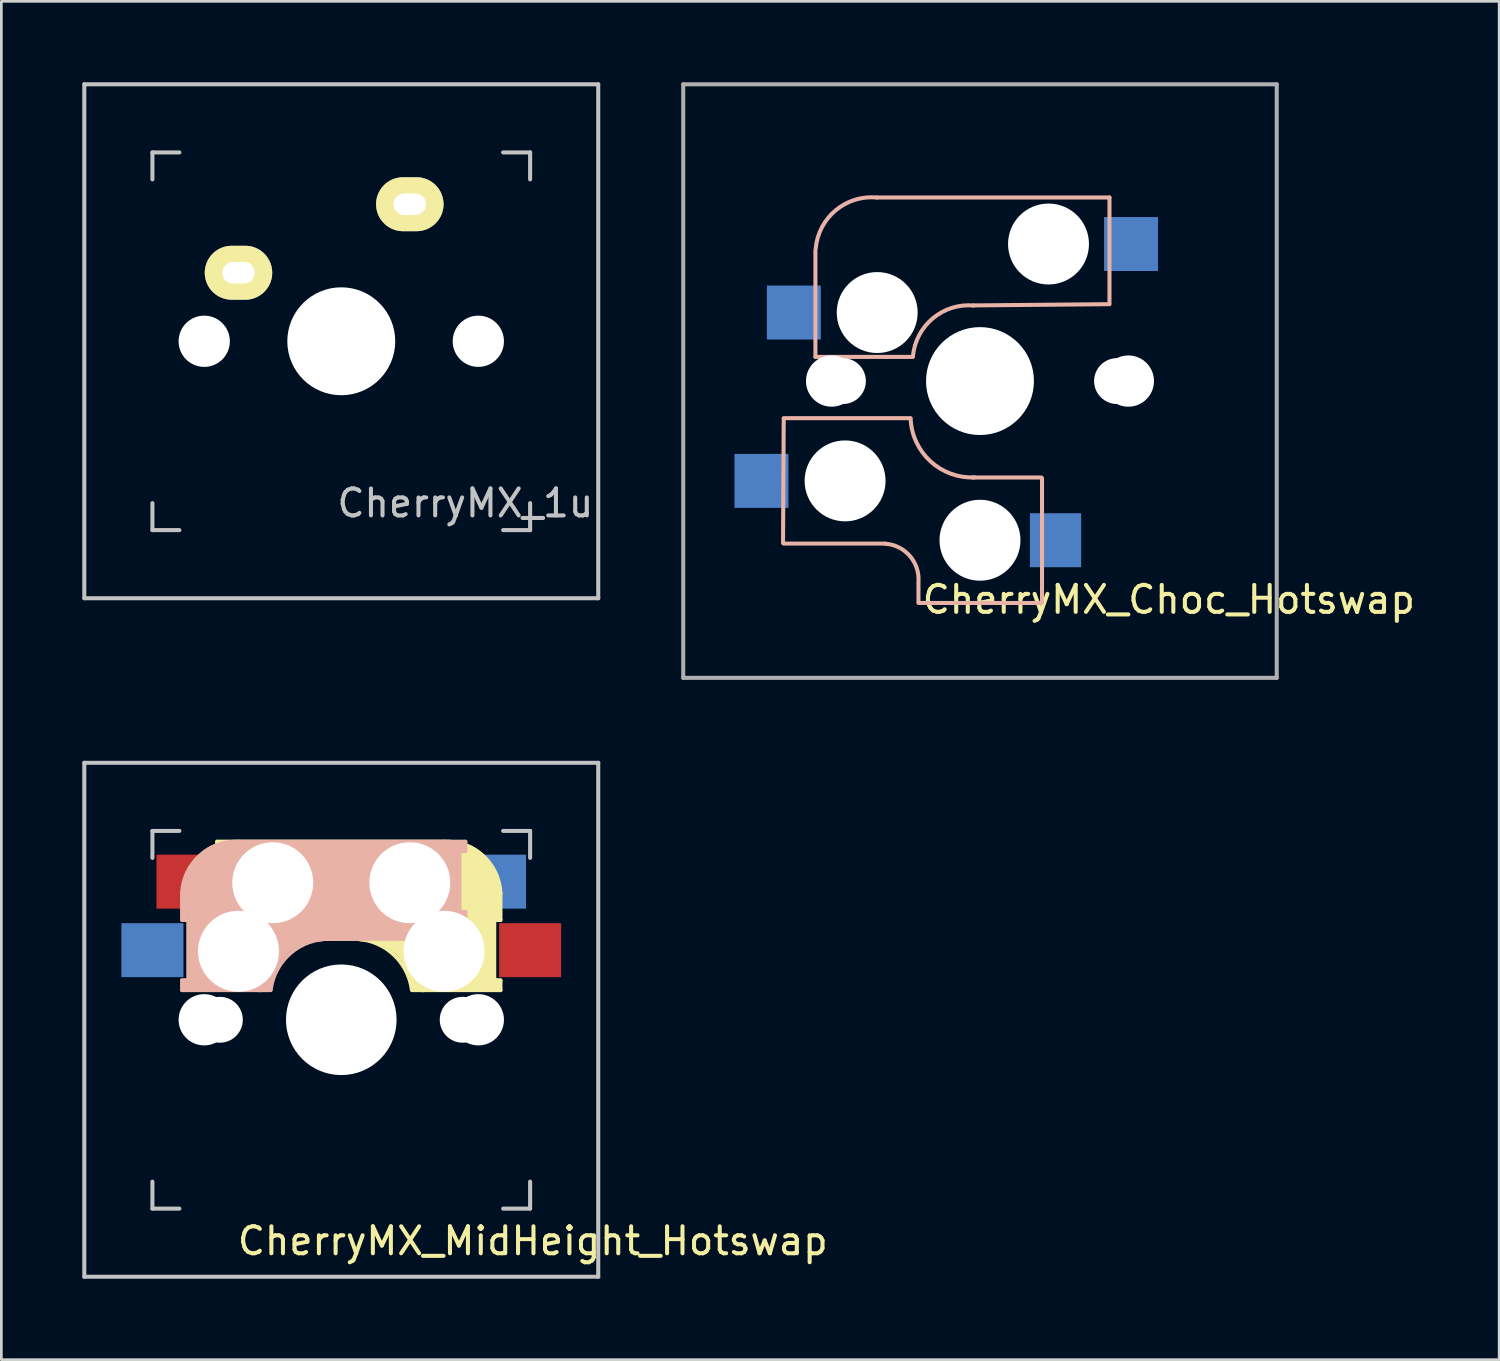
<source format=kicad_pcb>
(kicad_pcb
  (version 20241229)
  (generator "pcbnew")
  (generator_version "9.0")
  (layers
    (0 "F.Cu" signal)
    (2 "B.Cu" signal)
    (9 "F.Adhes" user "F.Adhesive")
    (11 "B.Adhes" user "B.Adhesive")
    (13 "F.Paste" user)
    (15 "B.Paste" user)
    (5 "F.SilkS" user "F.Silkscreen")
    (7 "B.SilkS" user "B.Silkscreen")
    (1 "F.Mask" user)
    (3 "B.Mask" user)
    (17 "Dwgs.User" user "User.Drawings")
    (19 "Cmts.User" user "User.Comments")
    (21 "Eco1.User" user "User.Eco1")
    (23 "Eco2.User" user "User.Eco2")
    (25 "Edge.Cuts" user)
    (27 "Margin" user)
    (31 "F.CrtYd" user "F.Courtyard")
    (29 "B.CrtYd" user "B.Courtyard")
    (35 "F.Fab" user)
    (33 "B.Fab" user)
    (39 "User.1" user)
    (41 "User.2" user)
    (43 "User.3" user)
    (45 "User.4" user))
  (footprint "CherryMX_1u"
    (layer "F.Cu")
    (at 9.6 9.6)
    (property "Reference" "CherryMX_1u" (at 4.6 6 180) (layer "Dwgs.User") (effects (font (size 1 1) (thickness 0.15))))
    (attr through_hole)
    (fp_line (start -9.525 -9.525) (end 9.525 -9.525) (stroke (width 0.15) (type solid)) (layer "Dwgs.User"))
    (fp_line (start -9.525 9.525) (end -9.525 -9.525) (stroke (width 0.15) (type solid)) (layer "Dwgs.User"))
    (fp_line (start -7 -7) (end -6 -7) (stroke (width 0.15) (type solid)) (layer "Dwgs.User"))
    (fp_line (start -7 -6) (end -7 -7) (stroke (width 0.15) (type solid)) (layer "Dwgs.User"))
    (fp_line (start -7 6) (end -7 7) (stroke (width 0.15) (type solid)) (layer "Dwgs.User"))
    (fp_line (start -6 7) (end -7 7) (stroke (width 0.15) (type solid)) (layer "Dwgs.User"))
    (fp_line (start 6 7) (end 7 7) (stroke (width 0.15) (type solid)) (layer "Dwgs.User"))
    (fp_line (start 7 -7) (end 6 -7) (stroke (width 0.15) (type solid)) (layer "Dwgs.User"))
    (fp_line (start 7 -6) (end 7 -7) (stroke (width 0.15) (type solid)) (layer "Dwgs.User"))
    (fp_line (start 7 7) (end 7 6) (stroke (width 0.15) (type solid)) (layer "Dwgs.User"))
    (fp_line (start 9.525 -9.525) (end 9.525 9.525) (stroke (width 0.15) (type solid)) (layer "Dwgs.User"))
    (fp_line (start 9.525 9.525) (end -9.525 9.525) (stroke (width 0.15) (type solid)) (layer "Dwgs.User"))
    (pad "" np_thru_hole circle (at -5.08 0 90) (size 1.9 1.9) (drill 1.9) (layers "*.Cu" "*.Mask"))
    (pad "" np_thru_hole circle (at 0 0 90) (size 4 4) (drill 4) (layers "*.Cu" "*.Mask"))
    (pad "" np_thru_hole circle (at 5.08 0 90) (size 1.9 1.9) (drill 1.9) (layers "*.Cu" "*.Mask"))
    (pad "1" thru_hole oval (at -3.81 -2.54) (size 2.5 2) (drill oval 1.2 0.8) (layers "*.Cu" "B.Mask" "F.SilkS"))
    (pad "2" thru_hole oval (at 2.54 -5.08) (size 2.5 2) (drill oval 1.2 0.8) (layers "*.Cu" "B.Mask" "F.SilkS")))
  (footprint "CherryMX_Choc_Hotswap"
    (layer "F.Cu")
    (at 33.275 11.075)
    (property "Reference" "CherryMX_Choc_Hotswap" (at 7 8.1 0) (layer "F.SilkS") (effects (font (size 1 1) (thickness 0.15))))
    (attr through_hole)
    (fp_line (start -7.275 1.4) (end -7.3 6) (stroke (width 0.15) (type solid)) (layer "B.SilkS"))
    (fp_line (start -6.1 -4.85) (end -6.1 -0.905) (stroke (width 0.15) (type solid)) (layer "B.SilkS"))
    (fp_line (start -6.1 -0.896) (end -2.49 -0.896) (stroke (width 0.15) (type solid)) (layer "B.SilkS"))
    (fp_line (start -3.5 6.025) (end -7.275 6.025) (stroke (width 0.15) (type solid)) (layer "B.SilkS"))
    (fp_line (start -2.575 1.375) (end -7.275 1.375) (stroke (width 0.15) (type solid)) (layer "B.SilkS"))
    (fp_line (start -2.28 7.5) (end -2.28 8.2) (stroke (width 0.15) (type solid)) (layer "B.SilkS"))
    (fp_line (start 2.275 3.575) (end -0.275 3.575) (stroke (width 0.15) (type solid)) (layer "B.SilkS"))
    (fp_line (start 2.275 8.225) (end -2.275 8.225) (stroke (width 0.15) (type solid)) (layer "B.SilkS"))
    (fp_line (start 2.3 3.6) (end 2.3 8.2) (stroke (width 0.15) (type solid)) (layer "B.SilkS"))
    (fp_line (start 4.8 -6.804) (end -3.825 -6.804) (stroke (width 0.15) (type solid)) (layer "B.SilkS"))
    (fp_line (start 4.8 -2.896) (end 4.8 -6.804) (stroke (width 0.15) (type solid)) (layer "B.SilkS"))
    (fp_line (start 4.8 -2.85) (end -0.25 -2.804) (stroke (width 0.15) (type solid)) (layer "B.SilkS"))
    (fp_arc (start -6.089 -4.92) (mid -5.347189 -6.33089) (end -3.825 -6.804) (stroke (width 0.15) (type solid)) (layer "B.SilkS"))
    (fp_arc (start -3.5 6.03) (mid -2.595908 6.48733) (end -2.28 7.45) (stroke (width 0.15) (type solid)) (layer "B.SilkS"))
    (fp_arc (start -2.485 -0.92) (mid -1.744361 -2.328061) (end -0.225 -2.8) (stroke (width 0.15) (type solid)) (layer "B.SilkS"))
    (fp_arc (start -0.2 3.57) (mid -1.834422 2.975843) (end -2.57 1.4) (stroke (width 0.15) (type solid)) (layer "B.SilkS"))
    (fp_line (start -9 -9) (end 9 -9) (stroke (width 0.15) (type solid)) (layer "Eco2.User"))
    (fp_line (start -9 9) (end -9 -9) (stroke (width 0.15) (type solid)) (layer "Eco2.User"))
    (fp_line (start -7 -7) (end 7 -7) (stroke (width 0.15) (type solid)) (layer "Eco2.User"))
    (fp_line (start -7 7) (end -7 -7) (stroke (width 0.15) (type solid)) (layer "Eco2.User"))
    (fp_line (start 7 -7) (end 7 7) (stroke (width 0.15) (type solid)) (layer "Eco2.User"))
    (fp_line (start 7 7) (end -7 7) (stroke (width 0.15) (type solid)) (layer "Eco2.User"))
    (fp_line (start 9 -9) (end 9 9) (stroke (width 0.15) (type solid)) (layer "Eco2.User"))
    (fp_line (start 9 9) (end -9 9) (stroke (width 0.15) (type solid)) (layer "Eco2.User"))
    (fp_line (start -11 -11) (end -11 11) (stroke (width 0.15) (type solid)) (layer "F.Fab"))
    (fp_line (start -11 11) (end 11 11) (stroke (width 0.15) (type solid)) (layer "F.Fab"))
    (fp_line (start 11 -11) (end -11 -11) (stroke (width 0.15) (type solid)) (layer "F.Fab"))
    (fp_line (start 11 11) (end 11 -11) (stroke (width 0.15) (type solid)) (layer "F.Fab"))
    (pad "" np_thru_hole circle (at -5.5 0 90) (size 1.9 1.9) (drill 1.9) (layers "*.Cu" "*.Mask"))
    (pad "" np_thru_hole circle (at -5.08 0) (size 1.7 1.7) (drill 1.7) (layers "*.Cu" "*.Mask"))
    (pad "" np_thru_hole circle (at -5 3.7 90) (size 3 3) (drill 3) (layers "*.Cu" "*.Mask"))
    (pad "" np_thru_hole circle (at -3.81 -2.54 180) (size 3 3) (drill 3) (layers "*.Cu" "*.Mask"))
    (pad "" np_thru_hole circle (at 0 0 90) (size 4 4) (drill 4) (layers "*.Cu" "*.Mask"))
    (pad "" np_thru_hole circle (at 0 5.9 90) (size 3 3) (drill 3) (layers "*.Cu" "*.Mask"))
    (pad "" np_thru_hole circle (at 2.54 -5.08 180) (size 3 3) (drill 3) (layers "*.Cu" "*.Mask"))
    (pad "" np_thru_hole circle (at 5.08 0) (size 1.7 1.7) (drill 1.7) (layers "*.Cu" "*.Mask"))
    (pad "" np_thru_hole circle (at 5.5 0 90) (size 1.9 1.9) (drill 1.9) (layers "*.Cu" "*.Mask"))
    (pad "1" smd rect (at -8.1 3.7 180) (size 2 2) (layers "B.Cu" "B.Mask" "B.Paste"))
    (pad "1" smd rect (at -6.9 -2.54 180) (size 2 2) (layers "B.Cu" "B.Mask" "B.Paste"))
    (pad "2" smd rect (at 2.8 5.9 180) (size 1.9 2) (layers "B.Cu" "B.Mask" "B.Paste"))
    (pad "2" smd rect (at 5.6 -5.08 180) (size 2 2) (layers "B.Cu" "B.Mask" "B.Paste")))
  (footprint "CherryMX_MidHeight_Hotswap"
    (layer "F.Cu")
    (at 9.6 34.75)
    (property "Reference" "CherryMX_MidHeight_Hotswap" (at 7.1 8.2 0) (layer "F.SilkS") (effects (font (size 1 1) (thickness 0.15))))
    (attr through_hole)
    (fp_line (start -4.6 -6.6) (end 3.8 -6.6) (stroke (width 0.15) (type solid)) (layer "F.SilkS"))
    (fp_line (start -4.6 -6.25) (end -4.6 -6.6) (stroke (width 0.15) (type solid)) (layer "F.SilkS"))
    (fp_line (start -4.6 -4) (end -4.4 -4) (stroke (width 0.15) (type solid)) (layer "F.SilkS"))
    (fp_line (start -4.6 -3) (end -4.6 -4) (stroke (width 0.15) (type solid)) (layer "F.SilkS"))
    (fp_line (start -4.4 -6.4) (end -3 -6.4) (stroke (width 0.4) (type solid)) (layer "F.SilkS"))
    (fp_line (start -4.4 -6.25) (end -4.6 -6.25) (stroke (width 0.15) (type solid)) (layer "F.SilkS"))
    (fp_line (start -4.4 -3.9) (end -4.4 -3.2) (stroke (width 0.4) (type solid)) (layer "F.SilkS"))
    (fp_line (start -4.38 -4) (end -4.38 -6.25) (stroke (width 0.15) (type solid)) (layer "F.SilkS"))
    (fp_line (start -4.3 -3.3) (end -2.9 -3.3) (stroke (width 0.5) (type solid)) (layer "F.SilkS"))
    (fp_line (start -3.9 -6) (end -3.9 -3.5) (stroke (width 1) (type solid)) (layer "F.SilkS"))
    (fp_line (start -2.6 -4.8) (end 4.1 -4.8) (stroke (width 3.5) (type solid)) (layer "F.SilkS"))
    (fp_line (start 0.4 -3) (end -4.6 -3) (stroke (width 0.15) (type solid)) (layer "F.SilkS"))
    (fp_line (start 4.17 -5.1) (end 4.17 -2.86) (stroke (width 3) (type solid)) (layer "F.SilkS"))
    (fp_line (start 5.3 -1.6) (end 5.3 -3.4) (stroke (width 0.8) (type solid)) (layer "F.SilkS"))
    (fp_line (start 5.67 -3.7) (end 5.67 -1.46) (stroke (width 0.15) (type solid)) (layer "F.SilkS"))
    (fp_line (start 5.7 -1.46) (end 5.9 -1.46) (stroke (width 0.15) (type solid)) (layer "F.SilkS"))
    (fp_line (start 5.7 -1.3) (end 3 -1.3) (stroke (width 0.5) (type solid)) (layer "F.SilkS"))
    (fp_line (start 5.8 -3.8) (end 5.8 -4.7) (stroke (width 0.3) (type solid)) (layer "F.SilkS"))
    (fp_line (start 5.9 -4.7) (end 5.9 -3.7) (stroke (width 0.15) (type solid)) (layer "F.SilkS"))
    (fp_line (start 5.9 -3.7) (end 5.7 -3.7) (stroke (width 0.15) (type solid)) (layer "F.SilkS"))
    (fp_line (start 5.9 -1.1) (end 2.62 -1.1) (stroke (width 0.15) (type solid)) (layer "F.SilkS"))
    (fp_line (start 5.9 -1.1) (end 5.9 -1.46) (stroke (width 0.15) (type solid)) (layer "F.SilkS"))
    (fp_arc (start 0.4 -3) (mid 1.868709 -2.486118) (end 2.616318 -1.121471) (stroke (width 0.15) (type solid)) (layer "F.SilkS"))
    (fp_arc (start 0.8 -3.4) (mid 2.268709 -2.886118) (end 3.016318 -1.521471) (stroke (width 1) (type solid)) (layer "F.SilkS"))
    (fp_arc (start 3.8 -6.600001) (mid 5.243504 -6.084925) (end 5.900001 -4.7) (stroke (width 0.15) (type solid)) (layer "F.SilkS"))
    (fp_line (start -5.9 -4.7) (end -5.9 -3.7) (stroke (width 0.15) (type solid)) (layer "B.SilkS"))
    (fp_line (start -5.9 -3.7) (end -5.7 -3.7) (stroke (width 0.15) (type solid)) (layer "B.SilkS"))
    (fp_line (start -5.9 -1.1) (end -5.9 -1.46) (stroke (width 0.15) (type solid)) (layer "B.SilkS"))
    (fp_line (start -5.9 -1.1) (end -2.62 -1.1) (stroke (width 0.15) (type solid)) (layer "B.SilkS"))
    (fp_line (start -5.8 -3.8) (end -5.8 -4.7) (stroke (width 0.3) (type solid)) (layer "B.SilkS"))
    (fp_line (start -5.7 -1.46) (end -5.9 -1.46) (stroke (width 0.15) (type solid)) (layer "B.SilkS"))
    (fp_line (start -5.7 -1.3) (end -3 -1.3) (stroke (width 0.5) (type solid)) (layer "B.SilkS"))
    (fp_line (start -5.67 -3.7) (end -5.67 -1.46) (stroke (width 0.15) (type solid)) (layer "B.SilkS"))
    (fp_line (start -5.3 -1.6) (end -5.3 -3.4) (stroke (width 0.8) (type solid)) (layer "B.SilkS"))
    (fp_line (start -4.17 -5.1) (end -4.17 -2.86) (stroke (width 3) (type solid)) (layer "B.SilkS"))
    (fp_line (start -0.4 -3) (end 4.6 -3) (stroke (width 0.15) (type solid)) (layer "B.SilkS"))
    (fp_line (start 2.6 -4.8) (end -4.1 -4.8) (stroke (width 3.5) (type solid)) (layer "B.SilkS"))
    (fp_line (start 3.9 -6) (end 3.9 -3.5) (stroke (width 1) (type solid)) (layer "B.SilkS"))
    (fp_line (start 4.3 -3.3) (end 2.9 -3.3) (stroke (width 0.5) (type solid)) (layer "B.SilkS"))
    (fp_line (start 4.38 -4) (end 4.38 -6.25) (stroke (width 0.15) (type solid)) (layer "B.SilkS"))
    (fp_line (start 4.4 -6.4) (end 3 -6.4) (stroke (width 0.4) (type solid)) (layer "B.SilkS"))
    (fp_line (start 4.4 -6.25) (end 4.6 -6.25) (stroke (width 0.15) (type solid)) (layer "B.SilkS"))
    (fp_line (start 4.4 -3.9) (end 4.4 -3.2) (stroke (width 0.4) (type solid)) (layer "B.SilkS"))
    (fp_line (start 4.6 -6.6) (end -3.8 -6.6) (stroke (width 0.15) (type solid)) (layer "B.SilkS"))
    (fp_line (start 4.6 -6.25) (end 4.6 -6.6) (stroke (width 0.15) (type solid)) (layer "B.SilkS"))
    (fp_line (start 4.6 -4) (end 4.4 -4) (stroke (width 0.15) (type solid)) (layer "B.SilkS"))
    (fp_line (start 4.6 -3) (end 4.6 -4) (stroke (width 0.15) (type solid)) (layer "B.SilkS"))
    (fp_arc (start -5.9 -4.699999) (mid -5.243504 -6.084924) (end -3.800001 -6.6) (stroke (width 0.15) (type solid)) (layer "B.SilkS"))
    (fp_arc (start -3.016318 -1.521471) (mid -2.268709 -2.886118) (end -0.8 -3.4) (stroke (width 1) (type solid)) (layer "B.SilkS"))
    (fp_arc (start -2.616318 -1.121471) (mid -1.868709 -2.486118) (end -0.4 -3) (stroke (width 0.15) (type solid)) (layer "B.SilkS"))
    (fp_line (start -9.525 -9.525) (end 9.525 -9.525) (stroke (width 0.15) (type solid)) (layer "Dwgs.User"))
    (fp_line (start -9.525 9.525) (end -9.525 -9.525) (stroke (width 0.15) (type solid)) (layer "Dwgs.User"))
    (fp_line (start -7 -7) (end -6 -7) (stroke (width 0.15) (type solid)) (layer "Dwgs.User"))
    (fp_line (start -7 -6) (end -7 -7) (stroke (width 0.15) (type solid)) (layer "Dwgs.User"))
    (fp_line (start -7 6) (end -7 7) (stroke (width 0.15) (type solid)) (layer "Dwgs.User"))
    (fp_line (start -7 7) (end -6 7) (stroke (width 0.15) (type solid)) (layer "Dwgs.User"))
    (fp_line (start 6 7) (end 7 7) (stroke (width 0.15) (type solid)) (layer "Dwgs.User"))
    (fp_line (start 7 -7) (end 6 -7) (stroke (width 0.15) (type solid)) (layer "Dwgs.User"))
    (fp_line (start 7 -7) (end 7 -6) (stroke (width 0.15) (type solid)) (layer "Dwgs.User"))
    (fp_line (start 7 7) (end 7 6) (stroke (width 0.15) (type solid)) (layer "Dwgs.User"))
    (fp_line (start 9.525 -9.525) (end 9.525 9.525) (stroke (width 0.15) (type solid)) (layer "Dwgs.User"))
    (fp_line (start 9.525 9.525) (end -9.525 9.525) (stroke (width 0.15) (type solid)) (layer "Dwgs.User"))
    (pad "" np_thru_hole circle (at -5.08 0) (size 1.9 1.9) (drill 1.9) (layers "*.Cu" "*.Mask"))
    (pad "" np_thru_hole circle (at -4.5 0) (size 1.7 1.7) (drill 1.7) (layers "*.Cu" "*.Mask"))
    (pad "" np_thru_hole circle (at -3.81 -2.54 180) (size 3 3) (drill 3) (layers "*.Cu" "*.Mask"))
    (pad "" np_thru_hole circle (at -2.54 -5.08 180) (size 3 3) (drill 3) (layers "*.Cu" "*.Mask"))
    (pad "" np_thru_hole circle (at 0 0 90) (size 4.1 4.1) (drill 4.1) (layers "*.Cu" "*.Mask"))
    (pad "" np_thru_hole circle (at 2.54 -5.08 180) (size 3 3) (drill 3) (layers "*.Cu" "*.Mask"))
    (pad "" np_thru_hole circle (at 3.81 -2.54 180) (size 3 3) (drill 3) (layers "*.Cu" "*.Mask"))
    (pad "" np_thru_hole circle (at 4.5 0) (size 1.7 1.7) (drill 1.7) (layers "*.Cu" "*.Mask"))
    (pad "" np_thru_hole circle (at 5.08 0) (size 1.9 1.9) (drill 1.9) (layers "*.Cu" "*.Mask"))
    (pad "1" smd rect (at -7 -2.58 180) (size 2.3 2) (layers "B.Cu" "B.Mask" "B.Paste"))
    (pad "1" smd rect (at 7 -2.58 180) (size 2.3 2) (layers "F.Cu" "F.Mask" "F.Paste"))
    (pad "2" smd rect (at -5.7 -5.12 180) (size 2.3 2) (layers "F.Cu" "F.Mask" "F.Paste"))
    (pad "2" smd rect (at 5.7 -5.12 180) (size 2.3 2) (layers "B.Cu" "B.Mask" "B.Paste")))
  (gr_rect
    (start -3 -3)
    (end 52.519 47.35)
    (stroke (width 0.1) (type default))
    (fill no)
    (layer "Edge.Cuts")))
</source>
